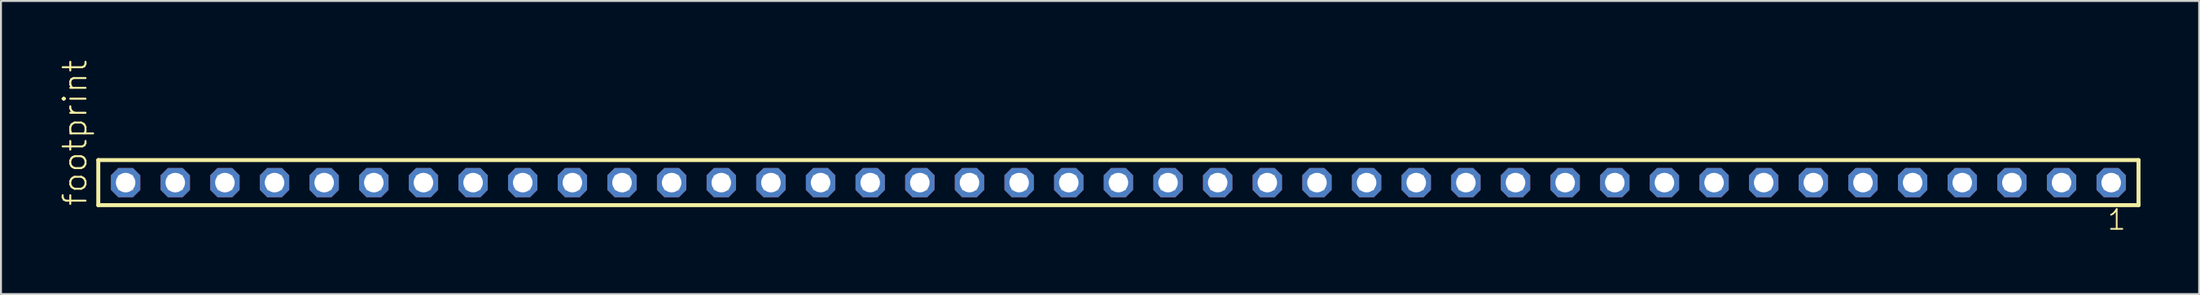
<source format=kicad_pcb>
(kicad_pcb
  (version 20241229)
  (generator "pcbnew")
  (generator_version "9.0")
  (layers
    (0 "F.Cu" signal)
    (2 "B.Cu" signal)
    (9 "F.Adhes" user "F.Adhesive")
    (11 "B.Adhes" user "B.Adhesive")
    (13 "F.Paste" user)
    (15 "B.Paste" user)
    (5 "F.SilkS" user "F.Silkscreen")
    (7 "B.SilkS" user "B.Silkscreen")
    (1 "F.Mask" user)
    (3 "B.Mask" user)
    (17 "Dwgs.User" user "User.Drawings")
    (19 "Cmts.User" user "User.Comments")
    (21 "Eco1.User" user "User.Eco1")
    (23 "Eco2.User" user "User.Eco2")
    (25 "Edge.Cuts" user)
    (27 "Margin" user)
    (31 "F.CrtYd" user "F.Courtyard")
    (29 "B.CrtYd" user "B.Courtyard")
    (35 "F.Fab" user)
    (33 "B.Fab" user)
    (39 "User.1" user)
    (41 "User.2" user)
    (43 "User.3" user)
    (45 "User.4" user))
  (footprint "footprint"
    (layer "F.Cu")
    (at 54.178 6.312)
    (property "Reference" "footprint" (at -52.705 1.27 90) (layer "F.SilkS") (effects (font (size 1.168 1.168) (thickness 0.102)) (justify left bottom)))
    (fp_line (start -52.199 -1.155) (end 52.199 -1.155) (stroke (width 0.203) (type solid)) (layer "F.SilkS"))
    (fp_line (start -52.199 1.155) (end -52.199 -1.155) (stroke (width 0.203) (type solid)) (layer "F.SilkS"))
    (fp_line (start 52.199 -1.155) (end 52.199 1.155) (stroke (width 0.203) (type solid)) (layer "F.SilkS"))
    (fp_line (start 52.199 1.155) (end -52.199 1.155) (stroke (width 0.203) (type solid)) (layer "F.SilkS"))
    (fp_poly (pts (xy -51.15 0.35) (xy -50.45 0.35) (xy -50.45 -0.35) (xy -51.15 -0.35)) (stroke (width 0.1) (type solid)) (fill no) (layer "F.Fab"))
    (fp_poly (pts (xy -48.61 0.35) (xy -47.91 0.35) (xy -47.91 -0.35) (xy -48.61 -0.35)) (stroke (width 0.1) (type solid)) (fill no) (layer "F.Fab"))
    (fp_poly (pts (xy -46.07 0.35) (xy -45.37 0.35) (xy -45.37 -0.35) (xy -46.07 -0.35)) (stroke (width 0.1) (type solid)) (fill no) (layer "F.Fab"))
    (fp_poly (pts (xy -43.53 0.35) (xy -42.83 0.35) (xy -42.83 -0.35) (xy -43.53 -0.35)) (stroke (width 0.1) (type solid)) (fill no) (layer "F.Fab"))
    (fp_poly (pts (xy -40.99 0.35) (xy -40.29 0.35) (xy -40.29 -0.35) (xy -40.99 -0.35)) (stroke (width 0.1) (type solid)) (fill no) (layer "F.Fab"))
    (fp_poly (pts (xy -38.45 0.35) (xy -37.75 0.35) (xy -37.75 -0.35) (xy -38.45 -0.35)) (stroke (width 0.1) (type solid)) (fill no) (layer "F.Fab"))
    (fp_poly (pts (xy -35.91 0.35) (xy -35.21 0.35) (xy -35.21 -0.35) (xy -35.91 -0.35)) (stroke (width 0.1) (type solid)) (fill no) (layer "F.Fab"))
    (fp_poly (pts (xy -33.37 0.35) (xy -32.67 0.35) (xy -32.67 -0.35) (xy -33.37 -0.35)) (stroke (width 0.1) (type solid)) (fill no) (layer "F.Fab"))
    (fp_poly (pts (xy -30.83 0.35) (xy -30.13 0.35) (xy -30.13 -0.35) (xy -30.83 -0.35)) (stroke (width 0.1) (type solid)) (fill no) (layer "F.Fab"))
    (fp_poly (pts (xy -28.29 0.35) (xy -27.59 0.35) (xy -27.59 -0.35) (xy -28.29 -0.35)) (stroke (width 0.1) (type solid)) (fill no) (layer "F.Fab"))
    (fp_poly (pts (xy -25.75 0.35) (xy -25.05 0.35) (xy -25.05 -0.35) (xy -25.75 -0.35)) (stroke (width 0.1) (type solid)) (fill no) (layer "F.Fab"))
    (fp_poly (pts (xy -23.21 0.35) (xy -22.51 0.35) (xy -22.51 -0.35) (xy -23.21 -0.35)) (stroke (width 0.1) (type solid)) (fill no) (layer "F.Fab"))
    (fp_poly (pts (xy -20.67 0.35) (xy -19.97 0.35) (xy -19.97 -0.35) (xy -20.67 -0.35)) (stroke (width 0.1) (type solid)) (fill no) (layer "F.Fab"))
    (fp_poly (pts (xy -18.13 0.35) (xy -17.43 0.35) (xy -17.43 -0.35) (xy -18.13 -0.35)) (stroke (width 0.1) (type solid)) (fill no) (layer "F.Fab"))
    (fp_poly (pts (xy -15.59 0.35) (xy -14.89 0.35) (xy -14.89 -0.35) (xy -15.59 -0.35)) (stroke (width 0.1) (type solid)) (fill no) (layer "F.Fab"))
    (fp_poly (pts (xy -13.05 0.35) (xy -12.35 0.35) (xy -12.35 -0.35) (xy -13.05 -0.35)) (stroke (width 0.1) (type solid)) (fill no) (layer "F.Fab"))
    (fp_poly (pts (xy -10.51 0.35) (xy -9.81 0.35) (xy -9.81 -0.35) (xy -10.51 -0.35)) (stroke (width 0.1) (type solid)) (fill no) (layer "F.Fab"))
    (fp_poly (pts (xy -7.97 0.35) (xy -7.27 0.35) (xy -7.27 -0.35) (xy -7.97 -0.35)) (stroke (width 0.1) (type solid)) (fill no) (layer "F.Fab"))
    (fp_poly (pts (xy -5.43 0.35) (xy -4.73 0.35) (xy -4.73 -0.35) (xy -5.43 -0.35)) (stroke (width 0.1) (type solid)) (fill no) (layer "F.Fab"))
    (fp_poly (pts (xy -2.89 0.35) (xy -2.19 0.35) (xy -2.19 -0.35) (xy -2.89 -0.35)) (stroke (width 0.1) (type solid)) (fill no) (layer "F.Fab"))
    (fp_poly (pts (xy -0.35 0.35) (xy 0.35 0.35) (xy 0.35 -0.35) (xy -0.35 -0.35)) (stroke (width 0.1) (type solid)) (fill no) (layer "F.Fab"))
    (fp_poly (pts (xy 2.19 0.35) (xy 2.89 0.35) (xy 2.89 -0.35) (xy 2.19 -0.35)) (stroke (width 0.1) (type solid)) (fill no) (layer "F.Fab"))
    (fp_poly (pts (xy 4.73 0.35) (xy 5.43 0.35) (xy 5.43 -0.35) (xy 4.73 -0.35)) (stroke (width 0.1) (type solid)) (fill no) (layer "F.Fab"))
    (fp_poly (pts (xy 7.27 0.35) (xy 7.97 0.35) (xy 7.97 -0.35) (xy 7.27 -0.35)) (stroke (width 0.1) (type solid)) (fill no) (layer "F.Fab"))
    (fp_poly (pts (xy 9.81 0.35) (xy 10.51 0.35) (xy 10.51 -0.35) (xy 9.81 -0.35)) (stroke (width 0.1) (type solid)) (fill no) (layer "F.Fab"))
    (fp_poly (pts (xy 12.35 0.35) (xy 13.05 0.35) (xy 13.05 -0.35) (xy 12.35 -0.35)) (stroke (width 0.1) (type solid)) (fill no) (layer "F.Fab"))
    (fp_poly (pts (xy 14.89 0.35) (xy 15.59 0.35) (xy 15.59 -0.35) (xy 14.89 -0.35)) (stroke (width 0.1) (type solid)) (fill no) (layer "F.Fab"))
    (fp_poly (pts (xy 17.43 0.35) (xy 18.13 0.35) (xy 18.13 -0.35) (xy 17.43 -0.35)) (stroke (width 0.1) (type solid)) (fill no) (layer "F.Fab"))
    (fp_poly (pts (xy 19.97 0.35) (xy 20.67 0.35) (xy 20.67 -0.35) (xy 19.97 -0.35)) (stroke (width 0.1) (type solid)) (fill no) (layer "F.Fab"))
    (fp_poly (pts (xy 22.51 0.35) (xy 23.21 0.35) (xy 23.21 -0.35) (xy 22.51 -0.35)) (stroke (width 0.1) (type solid)) (fill no) (layer "F.Fab"))
    (fp_poly (pts (xy 25.05 0.35) (xy 25.75 0.35) (xy 25.75 -0.35) (xy 25.05 -0.35)) (stroke (width 0.1) (type solid)) (fill no) (layer "F.Fab"))
    (fp_poly (pts (xy 27.59 0.35) (xy 28.29 0.35) (xy 28.29 -0.35) (xy 27.59 -0.35)) (stroke (width 0.1) (type solid)) (fill no) (layer "F.Fab"))
    (fp_poly (pts (xy 30.13 0.35) (xy 30.83 0.35) (xy 30.83 -0.35) (xy 30.13 -0.35)) (stroke (width 0.1) (type solid)) (fill no) (layer "F.Fab"))
    (fp_poly (pts (xy 32.67 0.35) (xy 33.37 0.35) (xy 33.37 -0.35) (xy 32.67 -0.35)) (stroke (width 0.1) (type solid)) (fill no) (layer "F.Fab"))
    (fp_poly (pts (xy 35.21 0.35) (xy 35.91 0.35) (xy 35.91 -0.35) (xy 35.21 -0.35)) (stroke (width 0.1) (type solid)) (fill no) (layer "F.Fab"))
    (fp_poly (pts (xy 37.75 0.35) (xy 38.45 0.35) (xy 38.45 -0.35) (xy 37.75 -0.35)) (stroke (width 0.1) (type solid)) (fill no) (layer "F.Fab"))
    (fp_poly (pts (xy 40.29 0.35) (xy 40.99 0.35) (xy 40.99 -0.35) (xy 40.29 -0.35)) (stroke (width 0.1) (type solid)) (fill no) (layer "F.Fab"))
    (fp_poly (pts (xy 42.83 0.35) (xy 43.53 0.35) (xy 43.53 -0.35) (xy 42.83 -0.35)) (stroke (width 0.1) (type solid)) (fill no) (layer "F.Fab"))
    (fp_poly (pts (xy 45.37 0.35) (xy 46.07 0.35) (xy 46.07 -0.35) (xy 45.37 -0.35)) (stroke (width 0.1) (type solid)) (fill no) (layer "F.Fab"))
    (fp_poly (pts (xy 47.91 0.35) (xy 48.61 0.35) (xy 48.61 -0.35) (xy 47.91 -0.35)) (stroke (width 0.1) (type solid)) (fill no) (layer "F.Fab"))
    (fp_poly (pts (xy 50.45 0.35) (xy 51.15 0.35) (xy 51.15 -0.35) (xy 50.45 -0.35)) (stroke (width 0.1) (type solid)) (fill no) (layer "F.Fab"))
    (fp_text user "1" (at 50.542 2.498 0) (layer "F.SilkS") (effects (font (size 1.012 1.012) (thickness 0.088)) (justify left bottom)))
    (pad "1" thru_hole roundrect (at 50.8 0 180) (size 1.5 1.5) (drill 1) (layers "*.Cu" "*.Mask") (roundrect_rratio 0.25) (chamfer_ratio 0.25) (chamfer top_left top_right bottom_left bottom_right))
    (pad "2" thru_hole roundrect (at 48.26 0 180) (size 1.5 1.5) (drill 1) (layers "*.Cu" "*.Mask") (roundrect_rratio 0.25) (chamfer_ratio 0.25) (chamfer top_left top_right bottom_left bottom_right))
    (pad "3" thru_hole roundrect (at 45.72 0 180) (size 1.5 1.5) (drill 1) (layers "*.Cu" "*.Mask") (roundrect_rratio 0.25) (chamfer_ratio 0.25) (chamfer top_left top_right bottom_left bottom_right))
    (pad "4" thru_hole roundrect (at 43.18 0 180) (size 1.5 1.5) (drill 1) (layers "*.Cu" "*.Mask") (roundrect_rratio 0.25) (chamfer_ratio 0.25) (chamfer top_left top_right bottom_left bottom_right))
    (pad "5" thru_hole roundrect (at 40.64 0 180) (size 1.5 1.5) (drill 1) (layers "*.Cu" "*.Mask") (roundrect_rratio 0.25) (chamfer_ratio 0.25) (chamfer top_left top_right bottom_left bottom_right))
    (pad "6" thru_hole roundrect (at 38.1 0 180) (size 1.5 1.5) (drill 1) (layers "*.Cu" "*.Mask") (roundrect_rratio 0.25) (chamfer_ratio 0.25) (chamfer top_left top_right bottom_left bottom_right))
    (pad "7" thru_hole roundrect (at 35.56 0 180) (size 1.5 1.5) (drill 1) (layers "*.Cu" "*.Mask") (roundrect_rratio 0.25) (chamfer_ratio 0.25) (chamfer top_left top_right bottom_left bottom_right))
    (pad "8" thru_hole roundrect (at 33.02 0 180) (size 1.5 1.5) (drill 1) (layers "*.Cu" "*.Mask") (roundrect_rratio 0.25) (chamfer_ratio 0.25) (chamfer top_left top_right bottom_left bottom_right))
    (pad "9" thru_hole roundrect (at 30.48 0 180) (size 1.5 1.5) (drill 1) (layers "*.Cu" "*.Mask") (roundrect_rratio 0.25) (chamfer_ratio 0.25) (chamfer top_left top_right bottom_left bottom_right))
    (pad "10" thru_hole roundrect (at 27.94 0 180) (size 1.5 1.5) (drill 1) (layers "*.Cu" "*.Mask") (roundrect_rratio 0.25) (chamfer_ratio 0.25) (chamfer top_left top_right bottom_left bottom_right))
    (pad "11" thru_hole roundrect (at 25.4 0 180) (size 1.5 1.5) (drill 1) (layers "*.Cu" "*.Mask") (roundrect_rratio 0.25) (chamfer_ratio 0.25) (chamfer top_left top_right bottom_left bottom_right))
    (pad "12" thru_hole roundrect (at 22.86 0 180) (size 1.5 1.5) (drill 1) (layers "*.Cu" "*.Mask") (roundrect_rratio 0.25) (chamfer_ratio 0.25) (chamfer top_left top_right bottom_left bottom_right))
    (pad "13" thru_hole roundrect (at 20.32 0 180) (size 1.5 1.5) (drill 1) (layers "*.Cu" "*.Mask") (roundrect_rratio 0.25) (chamfer_ratio 0.25) (chamfer top_left top_right bottom_left bottom_right))
    (pad "14" thru_hole roundrect (at 17.78 0 180) (size 1.5 1.5) (drill 1) (layers "*.Cu" "*.Mask") (roundrect_rratio 0.25) (chamfer_ratio 0.25) (chamfer top_left top_right bottom_left bottom_right))
    (pad "15" thru_hole roundrect (at 15.24 0 180) (size 1.5 1.5) (drill 1) (layers "*.Cu" "*.Mask") (roundrect_rratio 0.25) (chamfer_ratio 0.25) (chamfer top_left top_right bottom_left bottom_right))
    (pad "16" thru_hole roundrect (at 12.7 0 180) (size 1.5 1.5) (drill 1) (layers "*.Cu" "*.Mask") (roundrect_rratio 0.25) (chamfer_ratio 0.25) (chamfer top_left top_right bottom_left bottom_right))
    (pad "17" thru_hole roundrect (at 10.16 0 180) (size 1.5 1.5) (drill 1) (layers "*.Cu" "*.Mask") (roundrect_rratio 0.25) (chamfer_ratio 0.25) (chamfer top_left top_right bottom_left bottom_right))
    (pad "18" thru_hole roundrect (at 7.62 0 180) (size 1.5 1.5) (drill 1) (layers "*.Cu" "*.Mask") (roundrect_rratio 0.25) (chamfer_ratio 0.25) (chamfer top_left top_right bottom_left bottom_right))
    (pad "19" thru_hole roundrect (at 5.08 0 180) (size 1.5 1.5) (drill 1) (layers "*.Cu" "*.Mask") (roundrect_rratio 0.25) (chamfer_ratio 0.25) (chamfer top_left top_right bottom_left bottom_right))
    (pad "20" thru_hole roundrect (at 2.54 0 180) (size 1.5 1.5) (drill 1) (layers "*.Cu" "*.Mask") (roundrect_rratio 0.25) (chamfer_ratio 0.25) (chamfer top_left top_right bottom_left bottom_right))
    (pad "21" thru_hole roundrect (at 0 0 180) (size 1.5 1.5) (drill 1) (layers "*.Cu" "*.Mask") (roundrect_rratio 0.25) (chamfer_ratio 0.25) (chamfer top_left top_right bottom_left bottom_right))
    (pad "22" thru_hole roundrect (at -2.54 0 180) (size 1.5 1.5) (drill 1) (layers "*.Cu" "*.Mask") (roundrect_rratio 0.25) (chamfer_ratio 0.25) (chamfer top_left top_right bottom_left bottom_right))
    (pad "23" thru_hole roundrect (at -5.08 0 180) (size 1.5 1.5) (drill 1) (layers "*.Cu" "*.Mask") (roundrect_rratio 0.25) (chamfer_ratio 0.25) (chamfer top_left top_right bottom_left bottom_right))
    (pad "24" thru_hole roundrect (at -7.62 0 180) (size 1.5 1.5) (drill 1) (layers "*.Cu" "*.Mask") (roundrect_rratio 0.25) (chamfer_ratio 0.25) (chamfer top_left top_right bottom_left bottom_right))
    (pad "25" thru_hole roundrect (at -10.16 0 180) (size 1.5 1.5) (drill 1) (layers "*.Cu" "*.Mask") (roundrect_rratio 0.25) (chamfer_ratio 0.25) (chamfer top_left top_right bottom_left bottom_right))
    (pad "26" thru_hole roundrect (at -12.7 0 180) (size 1.5 1.5) (drill 1) (layers "*.Cu" "*.Mask") (roundrect_rratio 0.25) (chamfer_ratio 0.25) (chamfer top_left top_right bottom_left bottom_right))
    (pad "27" thru_hole roundrect (at -15.24 0 180) (size 1.5 1.5) (drill 1) (layers "*.Cu" "*.Mask") (roundrect_rratio 0.25) (chamfer_ratio 0.25) (chamfer top_left top_right bottom_left bottom_right))
    (pad "28" thru_hole roundrect (at -17.78 0 180) (size 1.5 1.5) (drill 1) (layers "*.Cu" "*.Mask") (roundrect_rratio 0.25) (chamfer_ratio 0.25) (chamfer top_left top_right bottom_left bottom_right))
    (pad "29" thru_hole roundrect (at -20.32 0 180) (size 1.5 1.5) (drill 1) (layers "*.Cu" "*.Mask") (roundrect_rratio 0.25) (chamfer_ratio 0.25) (chamfer top_left top_right bottom_left bottom_right))
    (pad "30" thru_hole roundrect (at -22.86 0 180) (size 1.5 1.5) (drill 1) (layers "*.Cu" "*.Mask") (roundrect_rratio 0.25) (chamfer_ratio 0.25) (chamfer top_left top_right bottom_left bottom_right))
    (pad "31" thru_hole roundrect (at -25.4 0 180) (size 1.5 1.5) (drill 1) (layers "*.Cu" "*.Mask") (roundrect_rratio 0.25) (chamfer_ratio 0.25) (chamfer top_left top_right bottom_left bottom_right))
    (pad "32" thru_hole roundrect (at -27.94 0 180) (size 1.5 1.5) (drill 1) (layers "*.Cu" "*.Mask") (roundrect_rratio 0.25) (chamfer_ratio 0.25) (chamfer top_left top_right bottom_left bottom_right))
    (pad "33" thru_hole roundrect (at -30.48 0 180) (size 1.5 1.5) (drill 1) (layers "*.Cu" "*.Mask") (roundrect_rratio 0.25) (chamfer_ratio 0.25) (chamfer top_left top_right bottom_left bottom_right))
    (pad "34" thru_hole roundrect (at -33.02 0 180) (size 1.5 1.5) (drill 1) (layers "*.Cu" "*.Mask") (roundrect_rratio 0.25) (chamfer_ratio 0.25) (chamfer top_left top_right bottom_left bottom_right))
    (pad "35" thru_hole roundrect (at -35.56 0 180) (size 1.5 1.5) (drill 1) (layers "*.Cu" "*.Mask") (roundrect_rratio 0.25) (chamfer_ratio 0.25) (chamfer top_left top_right bottom_left bottom_right))
    (pad "36" thru_hole roundrect (at -38.1 0 180) (size 1.5 1.5) (drill 1) (layers "*.Cu" "*.Mask") (roundrect_rratio 0.25) (chamfer_ratio 0.25) (chamfer top_left top_right bottom_left bottom_right))
    (pad "37" thru_hole roundrect (at -40.64 0 180) (size 1.5 1.5) (drill 1) (layers "*.Cu" "*.Mask") (roundrect_rratio 0.25) (chamfer_ratio 0.25) (chamfer top_left top_right bottom_left bottom_right))
    (pad "38" thru_hole roundrect (at -43.18 0 180) (size 1.5 1.5) (drill 1) (layers "*.Cu" "*.Mask") (roundrect_rratio 0.25) (chamfer_ratio 0.25) (chamfer top_left top_right bottom_left bottom_right))
    (pad "39" thru_hole roundrect (at -45.72 0 180) (size 1.5 1.5) (drill 1) (layers "*.Cu" "*.Mask") (roundrect_rratio 0.25) (chamfer_ratio 0.25) (chamfer top_left top_right bottom_left bottom_right))
    (pad "40" thru_hole roundrect (at -48.26 0 180) (size 1.5 1.5) (drill 1) (layers "*.Cu" "*.Mask") (roundrect_rratio 0.25) (chamfer_ratio 0.25) (chamfer top_left top_right bottom_left bottom_right))
    (pad "41" thru_hole roundrect (at -50.8 0 180) (size 1.5 1.5) (drill 1) (layers "*.Cu" "*.Mask") (roundrect_rratio 0.25) (chamfer_ratio 0.25) (chamfer top_left top_right bottom_left bottom_right)))
  (gr_rect
    (start -3 -3)
    (end 109.479 12.027)
    (stroke (width 0.1) (type default))
    (fill no)
    (layer "Edge.Cuts")))
</source>
